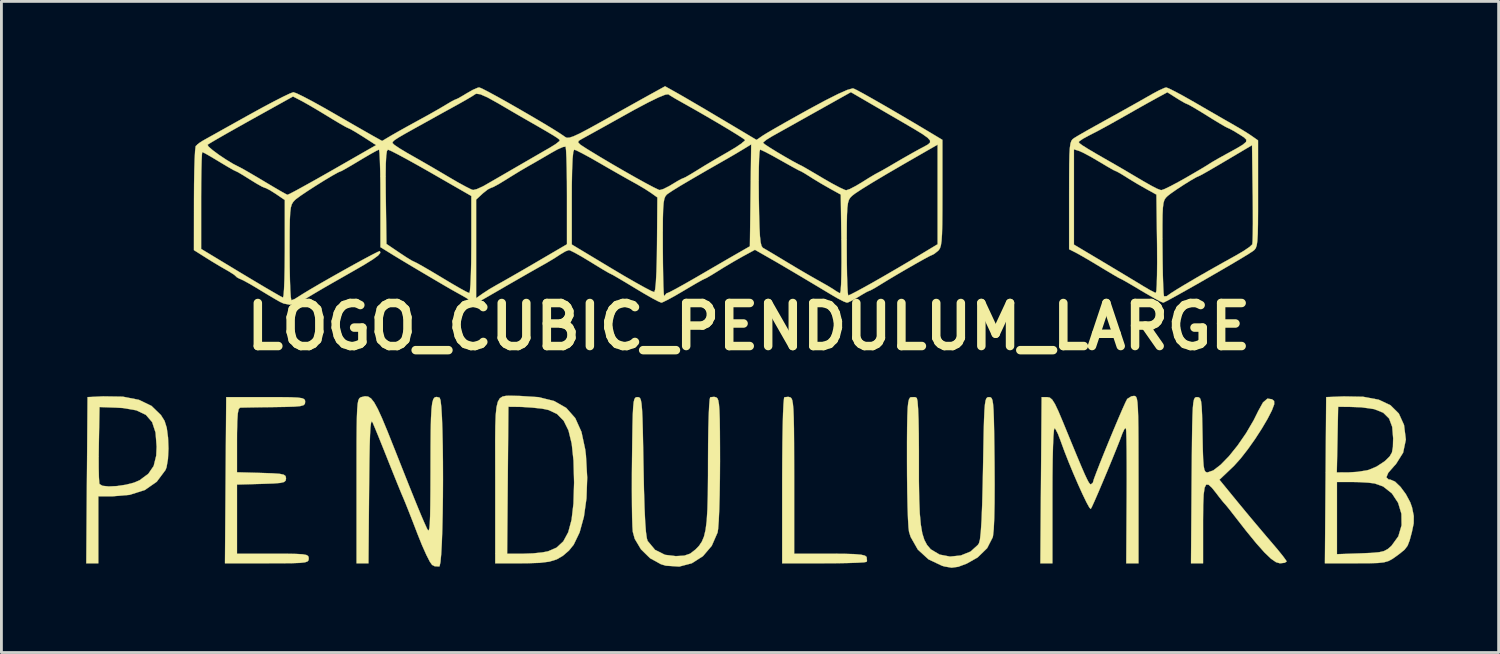
<source format=kicad_pcb>
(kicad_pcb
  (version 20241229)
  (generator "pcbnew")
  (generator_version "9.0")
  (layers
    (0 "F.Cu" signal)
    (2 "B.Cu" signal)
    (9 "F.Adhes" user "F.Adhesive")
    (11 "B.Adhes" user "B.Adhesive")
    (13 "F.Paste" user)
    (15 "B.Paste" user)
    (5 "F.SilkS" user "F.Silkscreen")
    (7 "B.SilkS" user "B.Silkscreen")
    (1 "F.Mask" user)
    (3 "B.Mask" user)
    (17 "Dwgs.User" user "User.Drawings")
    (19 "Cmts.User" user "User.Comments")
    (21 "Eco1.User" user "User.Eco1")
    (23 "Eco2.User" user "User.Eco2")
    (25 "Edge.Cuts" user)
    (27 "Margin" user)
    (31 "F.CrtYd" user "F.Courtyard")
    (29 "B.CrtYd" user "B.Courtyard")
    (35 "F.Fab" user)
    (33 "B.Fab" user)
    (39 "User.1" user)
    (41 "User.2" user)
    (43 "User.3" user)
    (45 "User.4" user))
  (footprint "LOGO_CUBIC_PENDULUM_LARGE"
    (layer "F.Cu")
    (at 23.46 8.513)
    (property "Reference" "LOGO_CUBIC_PENDULUM_LARGE" (at 0 0 0) (layer "F.SilkS") (effects (font (size 1.524 1.524) (thickness 0.3))))
    (attr through_hole)
    (fp_poly (pts (xy 1.474 2.506) (xy 1.511 2.536) (xy 1.541 2.605) (xy 1.564 2.73) (xy 1.582 2.928) (xy 1.594 3.216) (xy 1.602 3.611) (xy 1.606 4.13) (xy 1.608 4.791) (xy 1.609 5.301) (xy 1.609 8.043) (xy 2.87 8.043) (xy 3.378 8.046) (xy 3.74 8.057) (xy 3.978 8.078) (xy 4.115 8.11) (xy 4.173 8.156) (xy 4.176 8.162) (xy 4.188 8.298) (xy 4.171 8.331) (xy 4.074 8.348) (xy 3.836 8.362) (xy 3.485 8.373) (xy 3.051 8.38) (xy 2.653 8.382) (xy 1.185 8.382) (xy 1.185 5.466) (xy 1.188 4.747) (xy 1.194 4.097) (xy 1.204 3.534) (xy 1.216 3.076) (xy 1.232 2.741) (xy 1.25 2.546) (xy 1.262 2.502) (xy 1.4 2.488) (xy 1.474 2.506)) (stroke (width 0.01) (type solid)) (fill yes) (layer "F.SilkS"))
    (fp_poly (pts (xy -22.161 2.482) (xy -21.592 2.594) (xy -21.146 2.809) (xy -20.813 3.132) (xy -20.683 3.34) (xy -20.606 3.585) (xy -20.56 3.931) (xy -20.545 4.318) (xy -20.563 4.688) (xy -20.613 4.981) (xy -20.651 5.08) (xy -20.96 5.494) (xy -21.381 5.787) (xy -21.919 5.958) (xy -22.537 6.011) (xy -23.029 6.011) (xy -23.029 8.382) (xy -23.455 8.382) (xy -23.433 5.44) (xy -23.426 4.611) (xy -23.016 4.611) (xy -23.015 5.016) (xy -23.008 5.334) (xy -22.995 5.531) (xy -22.987 5.575) (xy -22.881 5.638) (xy -22.658 5.661) (xy -22.367 5.647) (xy -22.053 5.6) (xy -21.764 5.526) (xy -21.568 5.442) (xy -21.258 5.212) (xy -21.069 4.936) (xy -20.979 4.572) (xy -20.964 4.253) (xy -21.002 3.753) (xy -21.123 3.383) (xy -21.345 3.126) (xy -21.684 2.965) (xy -22.159 2.884) (xy -22.397 2.87) (xy -22.987 2.849) (xy -23.01 4.151) (xy -23.016 4.611) (xy -23.426 4.611) (xy -23.41 2.498) (xy -22.86 2.471) (xy -22.161 2.482)) (stroke (width 0.01) (type solid)) (fill yes) (layer "F.SilkS"))
    (fp_poly (pts (xy -16.587 2.499) (xy -16.217 2.503) (xy -15.968 2.515) (xy -15.816 2.536) (xy -15.738 2.57) (xy -15.709 2.619) (xy -15.706 2.667) (xy -15.715 2.736) (xy -15.763 2.784) (xy -15.875 2.815) (xy -16.078 2.834) (xy -16.4 2.844) (xy -16.806 2.851) (xy -17.228 2.856) (xy -17.592 2.862) (xy -17.863 2.867) (xy -18.005 2.871) (xy -18.013 2.872) (xy -18.058 2.921) (xy -18.09 3.075) (xy -18.109 3.352) (xy -18.118 3.771) (xy -18.119 4.019) (xy -18.119 5.159) (xy -17.251 5.183) (xy -16.859 5.196) (xy -16.607 5.214) (xy -16.464 5.244) (xy -16.399 5.292) (xy -16.383 5.366) (xy -16.383 5.376) (xy -16.395 5.453) (xy -16.453 5.504) (xy -16.585 5.536) (xy -16.823 5.555) (xy -17.197 5.568) (xy -17.251 5.57) (xy -18.119 5.594) (xy -18.119 8.043) (xy -16.849 8.043) (xy -16.361 8.044) (xy -16.017 8.05) (xy -15.792 8.063) (xy -15.661 8.088) (xy -15.598 8.127) (xy -15.58 8.184) (xy -15.579 8.213) (xy -15.586 8.274) (xy -15.624 8.318) (xy -15.715 8.348) (xy -15.883 8.367) (xy -16.151 8.377) (xy -16.543 8.381) (xy -17.061 8.382) (xy -18.544 8.382) (xy -18.522 5.44) (xy -18.5 2.498) (xy -17.103 2.498) (xy -16.587 2.499)) (stroke (width 0.01) (type solid)) (fill yes) (layer "F.SilkS"))
    (fp_poly (pts (xy -8.206 2.455) (xy -8.125 2.455) (xy -7.439 2.499) (xy -6.888 2.637) (xy -6.46 2.881) (xy -6.142 3.241) (xy -5.922 3.729) (xy -5.788 4.356) (xy -5.763 4.565) (xy -5.719 5.348) (xy -5.744 6.078) (xy -5.835 6.733) (xy -5.988 7.289) (xy -6.197 7.723) (xy -6.367 7.933) (xy -6.581 8.117) (xy -6.8 8.244) (xy -7.061 8.324) (xy -7.402 8.366) (xy -7.861 8.381) (xy -8.049 8.382) (xy -8.975 8.382) (xy -8.975 8.043) (xy -8.554 8.043) (xy -7.981 8.043) (xy -7.632 8.03) (xy -7.305 7.996) (xy -7.106 7.958) (xy -6.801 7.825) (xy -6.565 7.605) (xy -6.39 7.282) (xy -6.272 6.841) (xy -6.205 6.267) (xy -6.183 5.544) (xy -6.183 5.503) (xy -6.203 4.749) (xy -6.267 4.146) (xy -6.381 3.679) (xy -6.551 3.335) (xy -6.784 3.098) (xy -7.085 2.955) (xy -7.317 2.906) (xy -7.665 2.869) (xy -8.022 2.846) (xy -8.128 2.843) (xy -8.509 2.839) (xy -8.531 5.441) (xy -8.554 8.043) (xy -8.975 8.043) (xy -8.975 5.47) (xy -8.976 4.673) (xy -8.977 4.03) (xy -8.972 3.523) (xy -8.958 3.137) (xy -8.93 2.855) (xy -8.883 2.662) (xy -8.813 2.541) (xy -8.714 2.476) (xy -8.584 2.451) (xy -8.416 2.449) (xy -8.206 2.455)) (stroke (width 0.01) (type solid)) (fill yes) (layer "F.SilkS"))
    (fp_poly (pts (xy -1.151 2.506) (xy -1.109 2.539) (xy -1.078 2.614) (xy -1.054 2.749) (xy -1.037 2.965) (xy -1.026 3.28) (xy -1.02 3.714) (xy -1.017 4.284) (xy -1.016 4.772) (xy -1.02 5.387) (xy -1.029 5.961) (xy -1.043 6.465) (xy -1.061 6.874) (xy -1.083 7.163) (xy -1.102 7.291) (xy -1.308 7.762) (xy -1.621 8.13) (xy -2.014 8.381) (xy -2.46 8.498) (xy -2.932 8.467) (xy -3.107 8.415) (xy -3.492 8.203) (xy -3.814 7.888) (xy -4.035 7.517) (xy -4.104 7.267) (xy -4.117 7.083) (xy -4.128 6.757) (xy -4.134 6.316) (xy -4.137 5.789) (xy -4.136 5.202) (xy -4.131 4.699) (xy -4.123 4.032) (xy -4.115 3.516) (xy -4.105 3.131) (xy -4.091 2.857) (xy -4.073 2.676) (xy -4.047 2.569) (xy -4.012 2.516) (xy -3.968 2.499) (xy -3.937 2.498) (xy -3.888 2.503) (xy -3.849 2.532) (xy -3.819 2.602) (xy -3.795 2.732) (xy -3.777 2.94) (xy -3.762 3.243) (xy -3.75 3.66) (xy -3.739 4.21) (xy -3.726 4.909) (xy -3.725 4.953) (xy -3.709 5.763) (xy -3.689 6.412) (xy -3.666 6.912) (xy -3.639 7.27) (xy -3.607 7.497) (xy -3.578 7.592) (xy -3.316 7.906) (xy -2.963 8.082) (xy -2.58 8.128) (xy -2.282 8.111) (xy -2.076 8.041) (xy -1.885 7.894) (xy -1.88 7.89) (xy -1.757 7.761) (xy -1.659 7.615) (xy -1.583 7.433) (xy -1.527 7.194) (xy -1.487 6.879) (xy -1.462 6.467) (xy -1.447 5.939) (xy -1.441 5.275) (xy -1.44 4.767) (xy -1.437 4.158) (xy -1.429 3.613) (xy -1.416 3.153) (xy -1.4 2.8) (xy -1.381 2.576) (xy -1.362 2.502) (xy -1.224 2.488) (xy -1.151 2.506)) (stroke (width 0.01) (type solid)) (fill yes) (layer "F.SilkS"))
    (fp_poly (pts (xy 8.559 2.503) (xy 8.598 2.532) (xy 8.629 2.604) (xy 8.651 2.736) (xy 8.668 2.948) (xy 8.68 3.258) (xy 8.689 3.684) (xy 8.697 4.246) (xy 8.704 4.826) (xy 8.708 5.59) (xy 8.705 6.245) (xy 8.694 6.776) (xy 8.676 7.171) (xy 8.65 7.414) (xy 8.64 7.46) (xy 8.443 7.846) (xy 8.105 8.175) (xy 7.719 8.393) (xy 7.42 8.505) (xy 7.186 8.537) (xy 6.936 8.495) (xy 6.845 8.469) (xy 6.365 8.242) (xy 5.987 7.895) (xy 5.734 7.449) (xy 5.677 7.27) (xy 5.658 7.11) (xy 5.64 6.806) (xy 5.625 6.385) (xy 5.614 5.873) (xy 5.607 5.296) (xy 5.605 4.769) (xy 5.605 4.09) (xy 5.609 3.563) (xy 5.617 3.167) (xy 5.629 2.883) (xy 5.648 2.693) (xy 5.675 2.578) (xy 5.709 2.519) (xy 5.737 2.501) (xy 5.896 2.498) (xy 5.952 2.531) (xy 5.977 2.64) (xy 5.997 2.899) (xy 6.013 3.291) (xy 6.022 3.798) (xy 6.026 4.402) (xy 6.026 4.672) (xy 6.026 5.464) (xy 6.036 6.106) (xy 6.057 6.617) (xy 6.094 7.015) (xy 6.146 7.321) (xy 6.219 7.553) (xy 6.313 7.73) (xy 6.432 7.871) (xy 6.453 7.891) (xy 6.76 8.074) (xy 7.128 8.144) (xy 7.51 8.105) (xy 7.855 7.966) (xy 8.114 7.731) (xy 8.153 7.672) (xy 8.188 7.539) (xy 8.218 7.269) (xy 8.245 6.853) (xy 8.267 6.286) (xy 8.286 5.561) (xy 8.297 4.995) (xy 8.31 4.28) (xy 8.321 3.716) (xy 8.333 3.286) (xy 8.347 2.971) (xy 8.365 2.753) (xy 8.388 2.615) (xy 8.417 2.539) (xy 8.455 2.505) (xy 8.502 2.498) (xy 8.509 2.498) (xy 8.559 2.503)) (stroke (width 0.01) (type solid)) (fill yes) (layer "F.SilkS"))
    (fp_poly (pts (xy 15.939 2.506) (xy 15.985 2.548) (xy 16.017 2.649) (xy 16.038 2.832) (xy 16.052 3.122) (xy 16.062 3.543) (xy 16.068 3.831) (xy 16.078 4.335) (xy 16.09 4.694) (xy 16.108 4.932) (xy 16.135 5.074) (xy 16.174 5.143) (xy 16.227 5.164) (xy 16.243 5.165) (xy 16.45 5.093) (xy 16.71 4.893) (xy 17.004 4.591) (xy 17.31 4.211) (xy 17.609 3.778) (xy 17.879 3.317) (xy 18.044 2.985) (xy 18.21 2.686) (xy 18.368 2.551) (xy 18.528 2.574) (xy 18.603 2.635) (xy 18.607 2.75) (xy 18.524 2.97) (xy 18.371 3.268) (xy 18.167 3.614) (xy 17.929 3.982) (xy 17.674 4.342) (xy 17.42 4.668) (xy 17.184 4.931) (xy 17.137 4.976) (xy 16.667 5.423) (xy 17.306 6.204) (xy 17.63 6.597) (xy 17.986 7.022) (xy 18.32 7.417) (xy 18.494 7.62) (xy 18.728 7.895) (xy 18.913 8.124) (xy 19.025 8.276) (xy 19.047 8.319) (xy 18.976 8.364) (xy 18.81 8.382) (xy 18.672 8.343) (xy 18.493 8.22) (xy 18.263 8) (xy 17.971 7.672) (xy 17.606 7.225) (xy 17.188 6.689) (xy 17.02 6.473) (xy 16.893 6.317) (xy 16.846 6.265) (xy 16.77 6.177) (xy 16.633 6.003) (xy 16.559 5.905) (xy 16.401 5.707) (xy 16.283 5.6) (xy 16.198 5.595) (xy 16.142 5.706) (xy 16.108 5.945) (xy 16.092 6.326) (xy 16.087 6.861) (xy 16.087 6.985) (xy 16.087 8.382) (xy 15.661 8.382) (xy 15.683 5.44) (xy 15.69 4.657) (xy 15.696 4.027) (xy 15.703 3.533) (xy 15.713 3.159) (xy 15.725 2.888) (xy 15.742 2.703) (xy 15.765 2.588) (xy 15.794 2.527) (xy 15.83 2.502) (xy 15.875 2.498) (xy 15.939 2.506)) (stroke (width 0.01) (type solid)) (fill yes) (layer "F.SilkS"))
    (fp_poly (pts (xy 13.684 2.462) (xy 13.718 2.492) (xy 13.745 2.563) (xy 13.765 2.691) (xy 13.779 2.893) (xy 13.79 3.184) (xy 13.796 3.582) (xy 13.799 4.102) (xy 13.8 4.762) (xy 13.801 5.419) (xy 13.801 8.382) (xy 13.368 8.382) (xy 13.383 6.007) (xy 13.385 5.39) (xy 13.384 4.83) (xy 13.381 4.348) (xy 13.375 3.967) (xy 13.367 3.708) (xy 13.356 3.593) (xy 13.355 3.59) (xy 13.302 3.63) (xy 13.23 3.784) (xy 13.222 3.807) (xy 13.142 4.021) (xy 13.019 4.33) (xy 12.868 4.703) (xy 12.702 5.105) (xy 12.533 5.507) (xy 12.377 5.875) (xy 12.245 6.178) (xy 12.151 6.384) (xy 12.111 6.458) (xy 12.061 6.407) (xy 11.962 6.228) (xy 11.827 5.949) (xy 11.668 5.599) (xy 11.498 5.207) (xy 11.33 4.801) (xy 11.177 4.411) (xy 11.051 4.066) (xy 11.043 4.043) (xy 10.95 3.801) (xy 10.864 3.634) (xy 10.829 3.593) (xy 10.808 3.661) (xy 10.789 3.883) (xy 10.774 4.243) (xy 10.762 4.725) (xy 10.755 5.313) (xy 10.753 5.964) (xy 10.753 8.382) (xy 10.327 8.382) (xy 10.349 5.44) (xy 10.372 2.498) (xy 10.568 2.498) (xy 10.661 2.516) (xy 10.747 2.588) (xy 10.843 2.74) (xy 10.965 2.997) (xy 11.129 3.385) (xy 11.147 3.429) (xy 11.411 4.072) (xy 11.619 4.575) (xy 11.778 4.954) (xy 11.897 5.227) (xy 11.983 5.41) (xy 12.042 5.52) (xy 12.084 5.574) (xy 12.115 5.588) (xy 12.115 5.588) (xy 12.19 5.523) (xy 12.192 5.505) (xy 12.223 5.398) (xy 12.309 5.168) (xy 12.435 4.843) (xy 12.59 4.457) (xy 12.761 4.038) (xy 12.935 3.62) (xy 13.099 3.232) (xy 13.24 2.905) (xy 13.346 2.671) (xy 13.403 2.561) (xy 13.549 2.47) (xy 13.642 2.455) (xy 13.684 2.462)) (stroke (width 0.01) (type solid)) (fill yes) (layer "F.SilkS"))
    (fp_poly (pts (xy 21.757 2.486) (xy 22.306 2.589) (xy 22.724 2.786) (xy 23.019 3.079) (xy 23.199 3.474) (xy 23.204 3.491) (xy 23.268 4.003) (xy 23.171 4.465) (xy 22.917 4.87) (xy 22.853 4.938) (xy 22.644 5.178) (xy 22.578 5.338) (xy 22.656 5.413) (xy 22.721 5.419) (xy 22.885 5.49) (xy 23.078 5.676) (xy 23.268 5.933) (xy 23.422 6.22) (xy 23.487 6.404) (xy 23.548 6.706) (xy 23.545 6.969) (xy 23.482 7.273) (xy 23.402 7.571) (xy 23.328 7.761) (xy 23.224 7.898) (xy 23.054 8.038) (xy 22.924 8.134) (xy 22.777 8.236) (xy 22.644 8.305) (xy 22.49 8.348) (xy 22.278 8.371) (xy 21.972 8.38) (xy 21.537 8.382) (xy 21.492 8.382) (xy 20.402 8.382) (xy 20.424 5.503) (xy 20.828 5.503) (xy 20.828 8.059) (xy 21.669 8.03) (xy 22.06 8.013) (xy 22.323 7.989) (xy 22.498 7.947) (xy 22.628 7.877) (xy 22.752 7.769) (xy 22.757 7.765) (xy 23.002 7.427) (xy 23.117 7.036) (xy 23.111 6.629) (xy 22.994 6.241) (xy 22.774 5.907) (xy 22.462 5.661) (xy 22.165 5.555) (xy 21.94 5.527) (xy 21.625 5.508) (xy 21.368 5.503) (xy 20.828 5.503) (xy 20.424 5.503) (xy 20.425 5.44) (xy 20.427 5.165) (xy 20.823 5.165) (xy 21.228 5.164) (xy 21.555 5.144) (xy 21.876 5.093) (xy 21.954 5.074) (xy 22.235 4.955) (xy 22.508 4.776) (xy 22.547 4.743) (xy 22.695 4.597) (xy 22.776 4.457) (xy 22.81 4.264) (xy 22.818 3.961) (xy 22.818 3.951) (xy 22.785 3.551) (xy 22.675 3.256) (xy 22.468 3.051) (xy 22.147 2.923) (xy 21.692 2.858) (xy 21.294 2.844) (xy 20.87 2.84) (xy 20.847 4.002) (xy 20.823 5.165) (xy 20.427 5.165) (xy 20.447 2.498) (xy 21.071 2.473) (xy 21.757 2.486)) (stroke (width 0.01) (type solid)) (fill yes) (layer "F.SilkS"))
    (fp_poly (pts (xy -13.478 2.478) (xy -13.373 2.544) (xy -13.262 2.684) (xy -13.135 2.914) (xy -12.981 3.251) (xy -12.789 3.712) (xy -12.549 4.315) (xy -12.539 4.339) (xy -12.259 5.046) (xy -12.033 5.615) (xy -11.851 6.067) (xy -11.706 6.423) (xy -11.59 6.703) (xy -11.493 6.927) (xy -11.407 7.117) (xy -11.39 7.154) (xy -11.355 7.213) (xy -11.328 7.213) (xy -11.307 7.14) (xy -11.292 6.977) (xy -11.281 6.711) (xy -11.274 6.324) (xy -11.269 5.802) (xy -11.266 5.128) (xy -11.266 4.981) (xy -11.264 4.254) (xy -11.259 3.679) (xy -11.249 3.24) (xy -11.231 2.92) (xy -11.205 2.701) (xy -11.167 2.568) (xy -11.115 2.504) (xy -11.048 2.491) (xy -10.962 2.513) (xy -10.943 2.519) (xy -10.911 2.613) (xy -10.884 2.852) (xy -10.862 3.213) (xy -10.846 3.672) (xy -10.834 4.206) (xy -10.827 4.792) (xy -10.825 5.405) (xy -10.828 6.021) (xy -10.836 6.618) (xy -10.849 7.172) (xy -10.866 7.659) (xy -10.888 8.055) (xy -10.914 8.337) (xy -10.945 8.481) (xy -10.956 8.494) (xy -11.117 8.487) (xy -11.21 8.44) (xy -11.291 8.325) (xy -11.413 8.086) (xy -11.561 7.755) (xy -11.718 7.366) (xy -11.734 7.324) (xy -11.892 6.914) (xy -12.039 6.539) (xy -12.158 6.241) (xy -12.234 6.058) (xy -12.236 6.054) (xy -12.309 5.882) (xy -12.428 5.591) (xy -12.579 5.217) (xy -12.747 4.798) (xy -12.786 4.699) (xy -12.953 4.28) (xy -13.106 3.902) (xy -13.23 3.601) (xy -13.31 3.412) (xy -13.321 3.387) (xy -13.35 3.357) (xy -13.373 3.414) (xy -13.393 3.568) (xy -13.408 3.835) (xy -13.421 4.225) (xy -13.431 4.754) (xy -13.439 5.432) (xy -13.442 5.779) (xy -13.464 8.382) (xy -13.885 8.382) (xy -13.885 5.467) (xy -13.885 4.688) (xy -13.884 4.061) (xy -13.88 3.569) (xy -13.873 3.196) (xy -13.862 2.925) (xy -13.846 2.738) (xy -13.824 2.619) (xy -13.794 2.55) (xy -13.757 2.515) (xy -13.716 2.498) (xy -13.589 2.468) (xy -13.478 2.478)) (stroke (width 0.01) (type solid)) (fill yes) (layer "F.SilkS"))
    (fp_poly (pts (xy 14.89 -8.425) (xy 15.11 -8.315) (xy 15.415 -8.15) (xy 15.775 -7.946) (xy 15.843 -7.907) (xy 16.244 -7.674) (xy 16.63 -7.451) (xy 16.958 -7.263) (xy 17.183 -7.135) (xy 17.187 -7.132) (xy 17.463 -6.971) (xy 17.718 -6.811) (xy 17.801 -6.755) (xy 18.034 -6.592) (xy 18.034 -4.697) (xy 18.034 -4.084) (xy 18.031 -3.618) (xy 18.024 -3.277) (xy 18.01 -3.038) (xy 17.988 -2.88) (xy 17.955 -2.781) (xy 17.909 -2.718) (xy 17.849 -2.669) (xy 17.843 -2.666) (xy 17.694 -2.569) (xy 17.438 -2.413) (xy 17.101 -2.213) (xy 16.71 -1.985) (xy 16.292 -1.743) (xy 15.872 -1.502) (xy 15.477 -1.279) (xy 15.134 -1.087) (xy 14.869 -0.942) (xy 14.708 -0.86) (xy 14.674 -0.847) (xy 14.576 -0.888) (xy 14.369 -0.999) (xy 14.088 -1.16) (xy 13.901 -1.27) (xy 13.598 -1.451) (xy 13.354 -1.593) (xy 13.201 -1.678) (xy 13.167 -1.693) (xy 13.086 -1.734) (xy 12.895 -1.845) (xy 12.628 -2.004) (xy 12.474 -2.097) (xy 12.149 -2.293) (xy 11.852 -2.467) (xy 11.632 -2.591) (xy 11.578 -2.62) (xy 11.345 -2.738) (xy 11.345 -2.903) (xy 11.515 -2.903) (xy 12.552 -2.285) (xy 12.964 -2.038) (xy 13.359 -1.801) (xy 13.696 -1.598) (xy 13.937 -1.452) (xy 13.97 -1.431) (xy 14.197 -1.298) (xy 14.364 -1.211) (xy 14.416 -1.191) (xy 14.435 -1.27) (xy 14.449 -1.493) (xy 14.458 -1.836) (xy 14.462 -2.273) (xy 14.46 -2.78) (xy 14.459 -2.929) (xy 14.45 -3.597) (xy 14.649 -3.597) (xy 14.649 -3.105) (xy 14.651 -2.785) (xy 14.656 -2.27) (xy 14.664 -1.816) (xy 14.676 -1.447) (xy 14.689 -1.192) (xy 14.703 -1.075) (xy 14.705 -1.071) (xy 14.798 -1.076) (xy 14.847 -1.109) (xy 14.965 -1.192) (xy 15.183 -1.33) (xy 15.452 -1.492) (xy 15.891 -1.751) (xy 16.333 -2.004) (xy 16.831 -2.284) (xy 17.258 -2.521) (xy 17.527 -2.679) (xy 17.731 -2.818) (xy 17.829 -2.909) (xy 17.831 -2.914) (xy 17.841 -3.025) (xy 17.848 -3.278) (xy 17.852 -3.645) (xy 17.851 -4.101) (xy 17.847 -4.617) (xy 17.845 -4.717) (xy 17.822 -6.423) (xy 16.904 -5.879) (xy 16.554 -5.673) (xy 16.26 -5.502) (xy 16.051 -5.384) (xy 15.955 -5.335) (xy 15.953 -5.334) (xy 15.853 -5.29) (xy 15.658 -5.179) (xy 15.413 -5.027) (xy 15.162 -4.863) (xy 14.951 -4.716) (xy 14.835 -4.626) (xy 14.769 -4.561) (xy 14.72 -4.486) (xy 14.686 -4.377) (xy 14.665 -4.208) (xy 14.653 -3.956) (xy 14.649 -3.597) (xy 14.45 -3.597) (xy 14.436 -4.673) (xy 14.055 -4.884) (xy 13.752 -5.057) (xy 13.448 -5.241) (xy 13.358 -5.299) (xy 13.158 -5.422) (xy 13.024 -5.495) (xy 13 -5.503) (xy 12.912 -5.544) (xy 12.72 -5.653) (xy 12.462 -5.807) (xy 12.421 -5.831) (xy 12.132 -6.001) (xy 11.875 -6.139) (xy 11.706 -6.216) (xy 11.7 -6.218) (xy 11.515 -6.277) (xy 11.515 -2.903) (xy 11.345 -2.903) (xy 11.345 -4.651) (xy 11.346 -5.267) (xy 11.349 -5.737) (xy 11.356 -6.08) (xy 11.37 -6.32) (xy 11.392 -6.478) (xy 11.409 -6.531) (xy 11.684 -6.531) (xy 11.715 -6.49) (xy 11.818 -6.413) (xy 12.013 -6.291) (xy 12.316 -6.112) (xy 12.745 -5.865) (xy 12.864 -5.798) (xy 13.115 -5.653) (xy 13.422 -5.473) (xy 13.589 -5.374) (xy 13.989 -5.138) (xy 14.27 -4.979) (xy 14.456 -4.883) (xy 14.57 -4.839) (xy 14.614 -4.831) (xy 14.723 -4.869) (xy 14.942 -4.975) (xy 15.236 -5.132) (xy 15.461 -5.258) (xy 15.785 -5.446) (xy 16.057 -5.606) (xy 16.242 -5.718) (xy 16.298 -5.755) (xy 16.412 -5.826) (xy 16.628 -5.951) (xy 16.891 -6.097) (xy 17.259 -6.299) (xy 17.494 -6.439) (xy 17.61 -6.538) (xy 17.62 -6.617) (xy 17.54 -6.697) (xy 17.382 -6.8) (xy 17.367 -6.809) (xy 17.157 -6.936) (xy 17.01 -7.015) (xy 16.976 -7.027) (xy 16.89 -7.069) (xy 16.694 -7.183) (xy 16.423 -7.347) (xy 16.256 -7.451) (xy 15.959 -7.634) (xy 15.718 -7.778) (xy 15.567 -7.861) (xy 15.536 -7.874) (xy 15.443 -7.915) (xy 15.261 -8.02) (xy 15.157 -8.085) (xy 14.823 -8.296) (xy 14.46 -8.099) (xy 14.166 -7.937) (xy 13.829 -7.748) (xy 13.674 -7.66) (xy 13.142 -7.358) (xy 12.727 -7.126) (xy 12.4 -6.948) (xy 12.13 -6.808) (xy 12.044 -6.764) (xy 11.833 -6.649) (xy 11.703 -6.558) (xy 11.684 -6.531) (xy 11.409 -6.531) (xy 11.424 -6.575) (xy 11.468 -6.634) (xy 11.526 -6.676) (xy 11.526 -6.676) (xy 11.638 -6.745) (xy 11.776 -6.825) (xy 11.968 -6.935) (xy 12.245 -7.09) (xy 12.635 -7.307) (xy 12.742 -7.366) (xy 13.266 -7.657) (xy 13.684 -7.891) (xy 14.039 -8.092) (xy 14.309 -8.246) (xy 14.544 -8.371) (xy 14.726 -8.451) (xy 14.785 -8.466) (xy 14.89 -8.425)) (stroke (width 0.01) (type solid)) (fill yes) (layer "F.SilkS"))
    (fp_poly (pts (xy -2.517 -8.259) (xy -2.288 -8.128) (xy -1.951 -7.931) (xy -1.544 -7.693) (xy -1.107 -7.433) (xy -0.899 -7.31) (xy 0.277 -6.609) (xy 0.498 -6.761) (xy 0.641 -6.85) (xy 0.905 -7.004) (xy 1.262 -7.208) (xy 1.684 -7.445) (xy 2.137 -7.697) (xy 2.713 -8.007) (xy 3.165 -8.235) (xy 3.488 -8.378) (xy 3.676 -8.432) (xy 3.708 -8.43) (xy 3.832 -8.371) (xy 4.078 -8.238) (xy 4.424 -8.043) (xy 4.849 -7.8) (xy 5.329 -7.52) (xy 5.843 -7.218) (xy 6.368 -6.905) (xy 6.498 -6.827) (xy 6.858 -6.611) (xy 6.858 -4.715) (xy 6.857 -4.097) (xy 6.853 -3.625) (xy 6.844 -3.278) (xy 6.828 -3.035) (xy 6.804 -2.873) (xy 6.771 -2.769) (xy 6.725 -2.702) (xy 6.703 -2.68) (xy 6.568 -2.573) (xy 6.504 -2.54) (xy 6.414 -2.5) (xy 6.212 -2.392) (xy 5.932 -2.235) (xy 5.607 -2.049) (xy 5.269 -1.852) (xy 4.953 -1.664) (xy 4.691 -1.504) (xy 4.679 -1.496) (xy 4.465 -1.366) (xy 4.314 -1.284) (xy 4.276 -1.27) (xy 4.183 -1.229) (xy 4.001 -1.124) (xy 3.895 -1.058) (xy 3.679 -0.932) (xy 3.518 -0.856) (xy 3.479 -0.847) (xy 3.366 -0.887) (xy 3.162 -0.992) (xy 2.99 -1.091) (xy 2.4 -1.444) (xy 1.931 -1.724) (xy 1.56 -1.944) (xy 1.263 -2.119) (xy 1.018 -2.263) (xy 0.8 -2.388) (xy 0.725 -2.431) (xy 0.221 -2.719) (xy -0.207 -2.487) (xy -0.534 -2.301) (xy -0.896 -2.086) (xy -1.075 -1.974) (xy -1.313 -1.827) (xy -1.488 -1.725) (xy -1.557 -1.693) (xy -1.643 -1.652) (xy -1.84 -1.542) (xy -2.114 -1.382) (xy -2.302 -1.27) (xy -2.613 -1.088) (xy -2.873 -0.946) (xy -3.047 -0.861) (xy -3.094 -0.847) (xy -3.197 -0.889) (xy -3.412 -1.002) (xy -3.706 -1.17) (xy -4.015 -1.355) (xy -4.346 -1.555) (xy -4.621 -1.718) (xy -4.809 -1.827) (xy -4.881 -1.863) (xy -4.962 -1.904) (xy -5.154 -2.016) (xy -5.423 -2.179) (xy -5.596 -2.286) (xy -5.901 -2.47) (xy -6.155 -2.613) (xy -6.323 -2.696) (xy -6.365 -2.709) (xy -6.489 -2.664) (xy -6.67 -2.556) (xy -6.676 -2.552) (xy -6.887 -2.415) (xy -7.162 -2.251) (xy -7.281 -2.184) (xy -7.501 -2.06) (xy -7.825 -1.876) (xy -8.211 -1.654) (xy -8.619 -1.42) (xy -8.662 -1.394) (xy -9.663 -0.816) (xy -9.915 -0.965) (xy -10.15 -1.101) (xy -10.354 -1.214) (xy -10.525 -1.31) (xy -10.805 -1.472) (xy -11.157 -1.679) (xy -11.547 -1.909) (xy -11.938 -2.141) (xy -12.293 -2.354) (xy -12.577 -2.526) (xy -12.636 -2.563) (xy -13.039 -2.812) (xy -13.039 -4.538) (xy -13.041 -5.058) (xy -13.045 -5.328) (xy -12.855 -5.328) (xy -12.852 -4.745) (xy -12.85 -4.596) (xy -12.827 -2.926) (xy -12.361 -2.611) (xy -12.116 -2.449) (xy -11.927 -2.334) (xy -11.837 -2.291) (xy -11.746 -2.247) (xy -11.54 -2.132) (xy -11.249 -1.963) (xy -10.903 -1.756) (xy -10.87 -1.736) (xy -10.519 -1.526) (xy -10.22 -1.353) (xy -10.002 -1.234) (xy -9.895 -1.186) (xy -9.892 -1.185) (xy -9.871 -1.266) (xy -9.852 -1.49) (xy -9.837 -1.834) (xy -9.826 -2.272) (xy -9.822 -2.778) (xy -9.821 -2.905) (xy -9.821 -4.495) (xy -9.652 -4.495) (xy -9.652 -1.004) (xy -9.419 -1.169) (xy -9.18 -1.325) (xy -8.911 -1.481) (xy -8.89 -1.492) (xy -8.71 -1.593) (xy -8.42 -1.758) (xy -8.055 -1.968) (xy -7.65 -2.203) (xy -7.514 -2.283) (xy -6.435 -2.914) (xy -6.435 -4.586) (xy -6.265 -4.586) (xy -6.265 -2.906) (xy -4.847 -2.053) (xy -4.406 -1.791) (xy -4.011 -1.564) (xy -3.688 -1.384) (xy -3.459 -1.265) (xy -3.348 -1.221) (xy -3.344 -1.221) (xy -3.313 -1.311) (xy -3.287 -1.557) (xy -3.267 -1.944) (xy -3.252 -2.459) (xy -3.247 -2.907) (xy -3.243 -3.385) (xy -3.042 -3.385) (xy -3.041 -2.793) (xy -3.041 -2.76) (xy -3.037 -2.238) (xy -3.03 -1.787) (xy -3.021 -1.428) (xy -3.009 -1.184) (xy -2.997 -1.079) (xy -2.992 -1.079) (xy -2.911 -1.177) (xy -2.882 -1.185) (xy -2.788 -1.226) (xy -2.577 -1.337) (xy -2.28 -1.502) (xy -1.925 -1.705) (xy -1.852 -1.747) (xy -1.44 -1.987) (xy -1.032 -2.224) (xy -0.677 -2.43) (xy -0.423 -2.576) (xy 0.042 -2.843) (xy 0.065 -4.647) (xy 0.072 -5.18) (xy 0.354 -5.18) (xy 0.357 -4.675) (xy 0.358 -4.56) (xy 0.368 -3.965) (xy 0.381 -3.518) (xy 0.398 -3.198) (xy 0.422 -2.985) (xy 0.453 -2.857) (xy 0.495 -2.794) (xy 0.508 -2.785) (xy 0.632 -2.713) (xy 0.863 -2.576) (xy 1.161 -2.397) (xy 1.355 -2.28) (xy 1.729 -2.056) (xy 2.112 -1.832) (xy 2.44 -1.645) (xy 2.54 -1.589) (xy 2.798 -1.443) (xy 2.998 -1.321) (xy 3.086 -1.26) (xy 3.21 -1.189) (xy 3.236 -1.185) (xy 3.256 -1.266) (xy 3.271 -1.491) (xy 3.281 -1.835) (xy 3.286 -2.273) (xy 3.284 -2.779) (xy 3.471 -2.779) (xy 3.474 -2.267) (xy 3.481 -1.818) (xy 3.492 -1.457) (xy 3.506 -1.21) (xy 3.522 -1.103) (xy 3.525 -1.101) (xy 3.616 -1.14) (xy 3.822 -1.246) (xy 4.107 -1.401) (xy 4.35 -1.536) (xy 4.785 -1.785) (xy 5.28 -2.073) (xy 5.75 -2.35) (xy 5.905 -2.443) (xy 6.689 -2.915) (xy 6.689 -6.442) (xy 6.287 -6.212) (xy 5.508 -5.764) (xy 4.872 -5.394) (xy 4.374 -5.097) (xy 4.008 -4.871) (xy 3.767 -4.712) (xy 3.662 -4.631) (xy 3.597 -4.566) (xy 3.549 -4.489) (xy 3.515 -4.376) (xy 3.492 -4.203) (xy 3.479 -3.945) (xy 3.473 -3.579) (xy 3.471 -3.08) (xy 3.471 -2.779) (xy 3.284 -2.779) (xy 3.284 -2.781) (xy 3.283 -2.929) (xy 3.26 -4.673) (xy 2.879 -4.884) (xy 2.576 -5.057) (xy 2.272 -5.241) (xy 2.182 -5.299) (xy 1.985 -5.422) (xy 1.858 -5.495) (xy 1.837 -5.503) (xy 1.755 -5.542) (xy 1.561 -5.647) (xy 1.289 -5.799) (xy 1.138 -5.884) (xy 0.836 -6.053) (xy 0.589 -6.183) (xy 0.433 -6.256) (xy 0.402 -6.265) (xy 0.383 -6.185) (xy 0.368 -5.96) (xy 0.358 -5.617) (xy 0.354 -5.18) (xy 0.072 -5.18) (xy 0.088 -6.451) (xy -0.189 -6.282) (xy -0.461 -6.119) (xy -0.745 -5.954) (xy -0.762 -5.944) (xy -1.449 -5.552) (xy -1.994 -5.236) (xy -2.407 -4.993) (xy -2.694 -4.816) (xy -2.863 -4.703) (xy -2.9 -4.674) (xy -2.949 -4.616) (xy -2.987 -4.526) (xy -3.013 -4.38) (xy -3.03 -4.157) (xy -3.039 -3.832) (xy -3.042 -3.385) (xy -3.243 -3.385) (xy -3.234 -4.572) (xy -3.461 -4.734) (xy -3.676 -4.874) (xy -3.952 -5.037) (xy -4.066 -5.1) (xy -4.3 -5.23) (xy -4.63 -5.417) (xy -5.006 -5.632) (xy -5.27 -5.785) (xy -5.607 -5.978) (xy -5.894 -6.133) (xy -6.097 -6.235) (xy -6.18 -6.265) (xy -6.212 -6.182) (xy -6.237 -5.938) (xy -6.254 -5.542) (xy -6.264 -5.002) (xy -6.265 -4.586) (xy -6.435 -4.586) (xy -6.435 -4.618) (xy -6.437 -5.138) (xy -6.444 -5.599) (xy -6.454 -5.975) (xy -6.467 -6.239) (xy -6.481 -6.365) (xy -6.484 -6.372) (xy -6.577 -6.358) (xy -6.769 -6.274) (xy -6.971 -6.162) (xy -7.294 -5.973) (xy -7.631 -5.778) (xy -7.789 -5.689) (xy -8.084 -5.517) (xy -8.423 -5.31) (xy -8.61 -5.193) (xy -8.854 -5.044) (xy -9.044 -4.942) (xy -9.128 -4.911) (xy -9.235 -4.858) (xy -9.4 -4.728) (xy -9.428 -4.703) (xy -9.652 -4.495) (xy -9.821 -4.495) (xy -9.821 -4.624) (xy -11.249 -5.445) (xy -11.696 -5.699) (xy -12.096 -5.921) (xy -12.425 -6.098) (xy -12.658 -6.217) (xy -12.772 -6.265) (xy -12.775 -6.265) (xy -12.811 -6.213) (xy -12.835 -6.049) (xy -12.85 -5.758) (xy -12.855 -5.328) (xy -13.045 -5.328) (xy -13.048 -5.516) (xy -13.059 -5.885) (xy -13.072 -6.142) (xy -13.087 -6.26) (xy -13.091 -6.265) (xy -13.183 -6.224) (xy -13.382 -6.114) (xy -13.652 -5.956) (xy -13.772 -5.884) (xy -14.058 -5.713) (xy -14.284 -5.582) (xy -14.415 -5.51) (xy -14.433 -5.503) (xy -14.536 -5.46) (xy -14.743 -5.345) (xy -15.016 -5.182) (xy -15.318 -4.994) (xy -15.613 -4.804) (xy -15.863 -4.636) (xy -16.031 -4.512) (xy -16.066 -4.481) (xy -16.131 -4.41) (xy -16.179 -4.328) (xy -16.213 -4.211) (xy -16.235 -4.034) (xy -16.248 -3.772) (xy -16.254 -3.402) (xy -16.256 -2.898) (xy -16.256 -2.611) (xy -16.253 -2.099) (xy -16.244 -1.649) (xy -16.231 -1.288) (xy -16.214 -1.041) (xy -16.194 -0.934) (xy -16.19 -0.931) (xy -16.077 -0.975) (xy -15.953 -1.052) (xy -15.78 -1.162) (xy -15.51 -1.325) (xy -15.168 -1.525) (xy -14.781 -1.746) (xy -14.378 -1.973) (xy -13.985 -2.192) (xy -13.63 -2.386) (xy -13.339 -2.541) (xy -13.139 -2.642) (xy -13.059 -2.673) (xy -13.058 -2.673) (xy -13.045 -2.609) (xy -13.123 -2.515) (xy -13.307 -2.38) (xy -13.613 -2.19) (xy -13.952 -1.994) (xy -14.418 -1.728) (xy -14.769 -1.528) (xy -15.037 -1.374) (xy -15.254 -1.247) (xy -15.453 -1.129) (xy -15.665 -1.001) (xy -15.671 -0.997) (xy -15.988 -0.83) (xy -16.236 -0.772) (xy -16.466 -0.816) (xy -16.595 -0.875) (xy -16.769 -0.974) (xy -17.034 -1.131) (xy -17.336 -1.314) (xy -17.379 -1.341) (xy -17.658 -1.506) (xy -17.883 -1.63) (xy -18.015 -1.691) (xy -18.028 -1.693) (xy -18.13 -1.75) (xy -18.133 -1.757) (xy -18.219 -1.835) (xy -18.398 -1.949) (xy -18.457 -1.983) (xy -18.697 -2.121) (xy -18.999 -2.302) (xy -19.198 -2.426) (xy -19.643 -2.707) (xy -19.641 -4.465) (xy -19.389 -4.465) (xy -19.389 -2.75) (xy -17.971 -1.893) (xy -17.53 -1.629) (xy -17.139 -1.396) (xy -16.82 -1.21) (xy -16.597 -1.082) (xy -16.492 -1.028) (xy -16.489 -1.027) (xy -16.47 -1.104) (xy -16.453 -1.325) (xy -16.439 -1.667) (xy -16.43 -2.103) (xy -16.426 -2.609) (xy -16.425 -2.749) (xy -16.425 -4.481) (xy -16.741 -4.696) (xy -16.946 -4.826) (xy -17.094 -4.902) (xy -17.126 -4.911) (xy -17.229 -4.953) (xy -17.427 -5.064) (xy -17.659 -5.207) (xy -17.902 -5.359) (xy -18.083 -5.466) (xy -18.161 -5.503) (xy -18.247 -5.544) (xy -18.438 -5.653) (xy -18.698 -5.808) (xy -18.754 -5.842) (xy -19.022 -6.003) (xy -19.231 -6.123) (xy -19.341 -6.179) (xy -19.348 -6.181) (xy -19.36 -6.1) (xy -19.371 -5.876) (xy -19.38 -5.532) (xy -19.386 -5.095) (xy -19.389 -4.589) (xy -19.389 -4.465) (xy -19.641 -4.465) (xy -19.641 -4.507) (xy -19.638 -5.045) (xy -19.63 -5.527) (xy -19.618 -5.927) (xy -19.602 -6.218) (xy -19.584 -6.375) (xy -19.578 -6.392) (xy -19.527 -6.437) (xy -19.162 -6.437) (xy -19.125 -6.371) (xy -18.978 -6.244) (xy -18.76 -6.082) (xy -18.505 -5.912) (xy -18.251 -5.758) (xy -18.035 -5.647) (xy -18.034 -5.647) (xy -17.911 -5.582) (xy -17.681 -5.45) (xy -17.379 -5.273) (xy -17.145 -5.133) (xy -16.826 -4.943) (xy -16.562 -4.789) (xy -16.386 -4.691) (xy -16.332 -4.665) (xy -16.246 -4.703) (xy -16.036 -4.813) (xy -15.725 -4.984) (xy -15.333 -5.202) (xy -14.885 -5.456) (xy -14.736 -5.541) (xy -13.191 -6.426) (xy -13.309 -6.501) (xy -12.615 -6.501) (xy -12.547 -6.434) (xy -12.363 -6.31) (xy -12.101 -6.152) (xy -12.002 -6.096) (xy -11.645 -5.893) (xy -11.215 -5.645) (xy -10.786 -5.393) (xy -10.626 -5.298) (xy -10.3 -5.108) (xy -10.022 -4.956) (xy -9.828 -4.859) (xy -9.76 -4.835) (xy -9.623 -4.868) (xy -9.419 -4.961) (xy -9.379 -4.982) (xy -9.193 -5.089) (xy -8.903 -5.256) (xy -8.553 -5.459) (xy -8.255 -5.632) (xy -7.875 -5.852) (xy -7.51 -6.063) (xy -7.208 -6.238) (xy -7.048 -6.329) (xy -6.84 -6.458) (xy -6.761 -6.52) (xy -6.04 -6.52) (xy -5.958 -6.439) (xy -5.756 -6.307) (xy -5.664 -6.25) (xy -5.268 -6.009) (xy -4.841 -5.756) (xy -4.411 -5.507) (xy -4.004 -5.276) (xy -3.648 -5.079) (xy -3.369 -4.931) (xy -3.194 -4.847) (xy -3.152 -4.833) (xy -3.02 -4.871) (xy -2.812 -4.976) (xy -2.709 -5.038) (xy -2.501 -5.163) (xy -2.357 -5.239) (xy -2.326 -5.249) (xy -2.234 -5.291) (xy -2.045 -5.4) (xy -1.837 -5.527) (xy -1.547 -5.706) (xy -1.18 -5.924) (xy -0.807 -6.14) (xy -0.744 -6.176) (xy -0.459 -6.346) (xy -0.246 -6.49) (xy -0.228 -6.506) (xy 0.509 -6.506) (xy 0.576 -6.449) (xy 0.753 -6.333) (xy 1 -6.18) (xy 1.28 -6.015) (xy 1.553 -5.859) (xy 1.782 -5.736) (xy 1.881 -5.688) (xy 1.976 -5.635) (xy 2.181 -5.516) (xy 2.462 -5.351) (xy 2.643 -5.243) (xy 2.957 -5.063) (xy 3.223 -4.922) (xy 3.404 -4.839) (xy 3.454 -4.826) (xy 3.58 -4.869) (xy 3.795 -4.981) (xy 4.005 -5.106) (xy 4.26 -5.266) (xy 4.472 -5.392) (xy 4.572 -5.446) (xy 4.712 -5.521) (xy 4.939 -5.65) (xy 5.122 -5.758) (xy 5.439 -5.943) (xy 5.807 -6.152) (xy 6.044 -6.283) (xy 6.221 -6.376) (xy 6.351 -6.45) (xy 6.421 -6.517) (xy 6.42 -6.591) (xy 6.334 -6.687) (xy 6.152 -6.817) (xy 5.862 -6.994) (xy 5.452 -7.234) (xy 4.921 -7.542) (xy 3.618 -8.3) (xy 2.381 -7.607) (xy 1.941 -7.361) (xy 1.53 -7.13) (xy 1.18 -6.935) (xy 0.923 -6.791) (xy 0.826 -6.737) (xy 0.632 -6.618) (xy 0.519 -6.526) (xy 0.509 -6.506) (xy -0.228 -6.506) (xy -0.136 -6.586) (xy -0.129 -6.607) (xy -0.213 -6.67) (xy -0.416 -6.8) (xy -0.709 -6.98) (xy -1.066 -7.193) (xy -1.457 -7.422) (xy -1.855 -7.651) (xy -2.23 -7.863) (xy -2.362 -7.937) (xy -2.603 -8.073) (xy -2.787 -8.185) (xy -2.846 -8.225) (xy -2.955 -8.211) (xy -3.198 -8.113) (xy -3.564 -7.934) (xy -4.043 -7.68) (xy -4.327 -7.522) (xy -4.779 -7.27) (xy -5.192 -7.04) (xy -5.538 -6.848) (xy -5.79 -6.709) (xy -5.917 -6.639) (xy -6.02 -6.577) (xy -6.04 -6.52) (xy -6.761 -6.52) (xy -6.711 -6.559) (xy -6.69 -6.59) (xy -6.708 -6.623) (xy -6.776 -6.677) (xy -6.912 -6.765) (xy -7.138 -6.9) (xy -7.474 -7.095) (xy -7.874 -7.324) (xy -8.081 -7.443) (xy -8.382 -7.618) (xy -8.725 -7.819) (xy -8.87 -7.904) (xy -9.248 -8.114) (xy -9.504 -8.226) (xy -9.65 -8.245) (xy -9.675 -8.233) (xy -9.799 -8.152) (xy -10.023 -8.02) (xy -10.287 -7.871) (xy -10.591 -7.704) (xy -10.874 -7.548) (xy -11.049 -7.451) (xy -11.258 -7.334) (xy -11.547 -7.174) (xy -11.811 -7.028) (xy -12.169 -6.828) (xy -12.404 -6.691) (xy -12.539 -6.602) (xy -12.601 -6.543) (xy -12.615 -6.501) (xy -13.309 -6.501) (xy -13.661 -6.727) (xy -13.907 -6.88) (xy -14.094 -6.988) (xy -14.179 -7.027) (xy -14.267 -7.069) (xy -14.464 -7.181) (xy -14.734 -7.342) (xy -14.881 -7.432) (xy -15.216 -7.635) (xy -15.533 -7.822) (xy -15.78 -7.962) (xy -15.836 -7.992) (xy -16.135 -8.147) (xy -17.614 -7.325) (xy -18.069 -7.07) (xy -18.475 -6.841) (xy -18.807 -6.651) (xy -19.042 -6.513) (xy -19.156 -6.442) (xy -19.162 -6.437) (xy -19.527 -6.437) (xy -19.46 -6.497) (xy -19.329 -6.581) (xy -19.199 -6.654) (xy -18.947 -6.794) (xy -18.601 -6.988) (xy -18.185 -7.22) (xy -17.728 -7.475) (xy -17.699 -7.491) (xy -17.245 -7.741) (xy -16.836 -7.959) (xy -16.496 -8.133) (xy -16.251 -8.25) (xy -16.126 -8.297) (xy -16.121 -8.297) (xy -16.005 -8.257) (xy -15.772 -8.144) (xy -15.448 -7.974) (xy -15.062 -7.76) (xy -14.788 -7.604) (xy -14.358 -7.356) (xy -13.956 -7.124) (xy -13.615 -6.929) (xy -13.369 -6.789) (xy -13.285 -6.741) (xy -12.98 -6.572) (xy -12.65 -6.768) (xy -12.414 -6.903) (xy -12.092 -7.083) (xy -11.746 -7.273) (xy -11.684 -7.307) (xy -11.343 -7.494) (xy -11.017 -7.679) (xy -10.767 -7.825) (xy -10.733 -7.846) (xy -10.532 -7.966) (xy -10.396 -8.036) (xy -10.372 -8.043) (xy -10.279 -8.085) (xy -10.097 -8.19) (xy -9.991 -8.255) (xy -9.767 -8.382) (xy -9.59 -8.458) (xy -9.543 -8.467) (xy -9.441 -8.426) (xy -9.221 -8.313) (xy -8.911 -8.145) (xy -8.538 -7.937) (xy -8.131 -7.704) (xy -7.717 -7.464) (xy -7.323 -7.232) (xy -6.976 -7.023) (xy -6.706 -6.854) (xy -6.538 -6.741) (xy -6.511 -6.72) (xy -6.447 -6.686) (xy -6.351 -6.688) (xy -6.202 -6.737) (xy -5.978 -6.84) (xy -5.658 -7.009) (xy -5.22 -7.251) (xy -5.072 -7.333) (xy -4.614 -7.59) (xy -4.177 -7.834) (xy -3.794 -8.048) (xy -3.5 -8.211) (xy -3.364 -8.286) (xy -2.961 -8.508) (xy -2.517 -8.259)) (stroke (width 0.01) (type solid)) (fill yes) (layer "F.SilkS")))
  (gr_rect
    (start -3 -3)
    (end 50.013 20.055)
    (stroke (width 0.1) (type default))
    (fill no)
    (layer "Edge.Cuts")))
</source>
